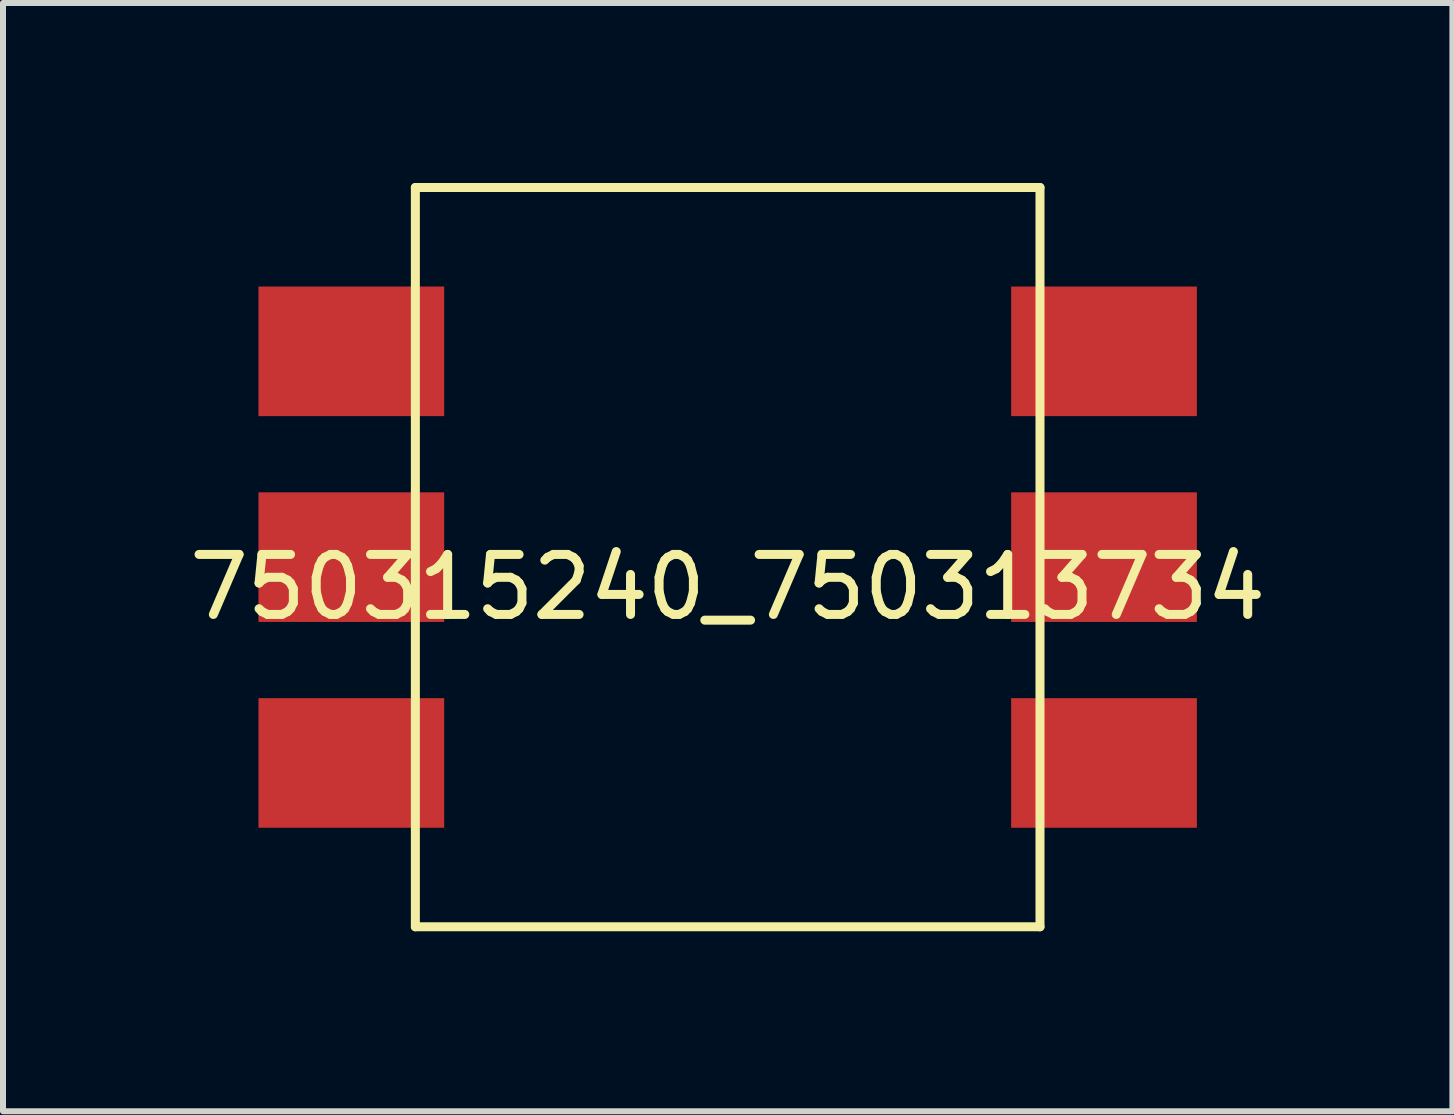
<source format=kicad_pcb>
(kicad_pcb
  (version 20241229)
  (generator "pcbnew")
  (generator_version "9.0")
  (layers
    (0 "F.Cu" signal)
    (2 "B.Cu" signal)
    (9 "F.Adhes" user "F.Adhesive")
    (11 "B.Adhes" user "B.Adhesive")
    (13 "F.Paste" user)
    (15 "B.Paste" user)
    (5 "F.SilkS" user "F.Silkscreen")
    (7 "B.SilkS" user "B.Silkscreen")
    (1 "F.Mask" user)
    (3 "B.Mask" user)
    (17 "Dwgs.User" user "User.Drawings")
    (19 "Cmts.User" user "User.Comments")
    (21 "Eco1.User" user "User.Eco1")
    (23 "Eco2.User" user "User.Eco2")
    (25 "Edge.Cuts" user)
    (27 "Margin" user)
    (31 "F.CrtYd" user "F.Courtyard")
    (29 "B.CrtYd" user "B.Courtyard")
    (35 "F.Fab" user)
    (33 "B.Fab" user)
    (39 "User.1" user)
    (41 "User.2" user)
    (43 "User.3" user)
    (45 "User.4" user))
  (footprint "750315240_750313734"
    (layer "F.Cu")
    (at 9.077 6.235)
    (property "Reference" "750315240_750313734" (at 0 0.5 0) (layer "F.SilkS") (effects (font (size 1 1) (thickness 0.15))))
    (attr through_hole)
    (fp_line (start -5.205 -6.16) (end -5.205 6.16) (stroke (width 0.15) (type solid)) (layer "F.SilkS"))
    (fp_line (start -5.205 6.16) (end 5.205 6.16) (stroke (width 0.15) (type solid)) (layer "F.SilkS"))
    (fp_line (start 5.205 -6.16) (end -5.205 -6.16) (stroke (width 0.15) (type solid)) (layer "F.SilkS"))
    (fp_line (start 5.205 6.16) (end 5.205 -6.16) (stroke (width 0.15) (type solid)) (layer "F.SilkS"))
    (pad "1" smd rect (at -6.272 -3.43) (size 3.095 2.16) (layers "F.Cu" "F.Mask" "F.Paste"))
    (pad "2" smd rect (at -6.272 0) (size 3.095 2.16) (layers "F.Cu" "F.Mask" "F.Paste"))
    (pad "3" smd rect (at -6.272 3.43) (size 3.095 2.16) (layers "F.Cu" "F.Mask" "F.Paste"))
    (pad "4" smd rect (at 6.272 3.43) (size 3.095 2.16) (layers "F.Cu" "F.Mask" "F.Paste"))
    (pad "5" smd rect (at 6.272 0) (size 3.095 2.16) (layers "F.Cu" "F.Mask" "F.Paste"))
    (pad "6" smd rect (at 6.272 -3.43) (size 3.095 2.16) (layers "F.Cu" "F.Mask" "F.Paste")))
  (gr_rect
    (start -3 -3)
    (end 21.155 15.47)
    (stroke (width 0.1) (type default))
    (fill no)
    (layer "Edge.Cuts")))
</source>
